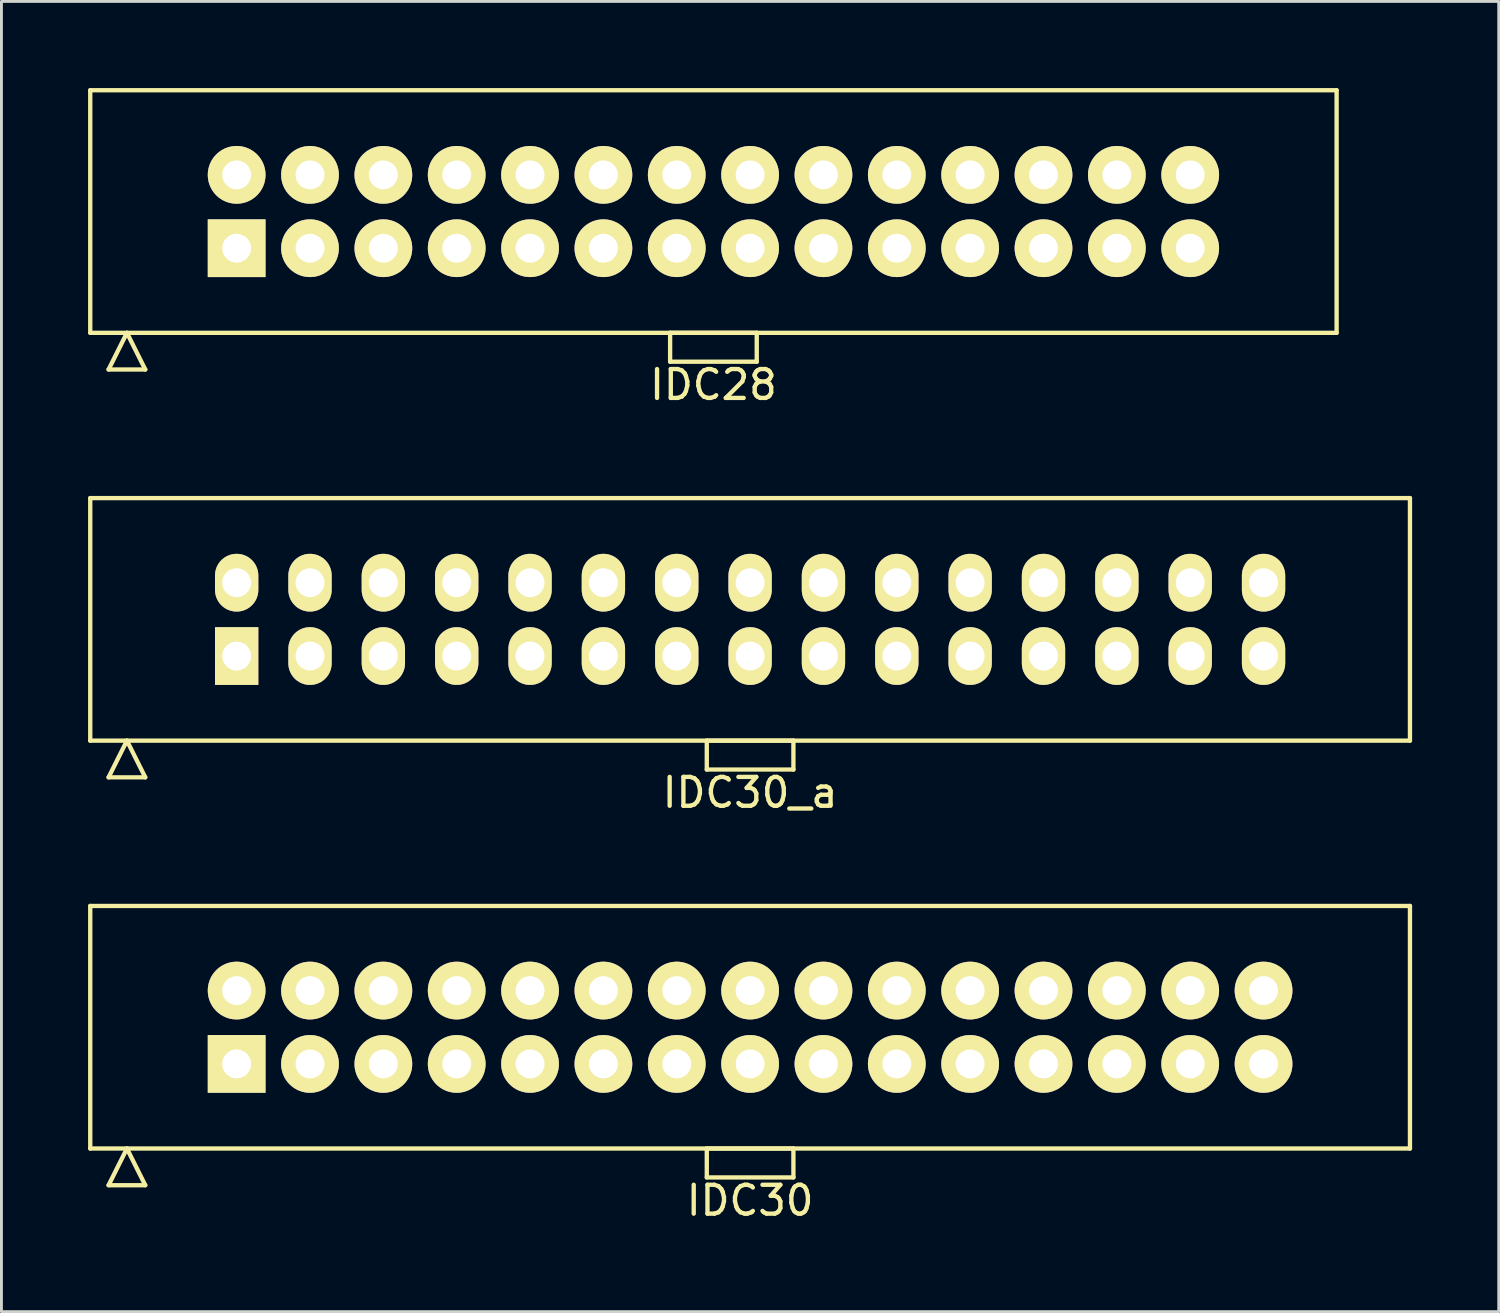
<source format=kicad_pcb>
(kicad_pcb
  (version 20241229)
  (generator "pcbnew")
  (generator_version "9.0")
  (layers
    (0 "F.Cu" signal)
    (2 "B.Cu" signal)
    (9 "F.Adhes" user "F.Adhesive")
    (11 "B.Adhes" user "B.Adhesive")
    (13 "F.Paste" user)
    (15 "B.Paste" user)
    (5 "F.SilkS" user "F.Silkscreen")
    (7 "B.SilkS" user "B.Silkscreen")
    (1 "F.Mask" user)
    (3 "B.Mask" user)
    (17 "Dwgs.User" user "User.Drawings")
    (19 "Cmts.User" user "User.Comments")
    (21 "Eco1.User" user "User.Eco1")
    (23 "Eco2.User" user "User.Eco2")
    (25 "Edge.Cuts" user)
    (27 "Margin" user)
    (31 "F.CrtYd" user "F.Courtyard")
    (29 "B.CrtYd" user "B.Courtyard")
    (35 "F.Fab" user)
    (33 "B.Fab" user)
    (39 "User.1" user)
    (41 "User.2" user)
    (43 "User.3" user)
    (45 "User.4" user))
  (footprint "IDC28"
    (layer "F.Cu")
    (at 21.655 4.275)
    (property "Reference" "IDC28" (at 0 6 0) (layer "F.SilkS") (effects (font (size 1 1) (thickness 0.15))))
    (attr through_hole)
    (fp_line (start -21.58 -4.2) (end -21.58 4.2) (stroke (width 0.15) (type solid)) (layer "F.SilkS"))
    (fp_line (start -21.58 4.2) (end 21.58 4.2) (stroke (width 0.15) (type solid)) (layer "F.SilkS"))
    (fp_line (start -20.945 5.47) (end -20.31 4.2) (stroke (width 0.15) (type solid)) (layer "F.SilkS"))
    (fp_line (start -20.945 5.47) (end -19.675 5.47) (stroke (width 0.15) (type solid)) (layer "F.SilkS"))
    (fp_line (start -19.675 5.47) (end -20.31 4.2) (stroke (width 0.15) (type solid)) (layer "F.SilkS"))
    (fp_line (start -1.5 4.2) (end -1.5 5.2) (stroke (width 0.15) (type solid)) (layer "F.SilkS"))
    (fp_line (start -1.5 5.2) (end 1.5 5.2) (stroke (width 0.15) (type solid)) (layer "F.SilkS"))
    (fp_line (start 1.5 4.2) (end -1.5 4.2) (stroke (width 0.15) (type solid)) (layer "F.SilkS"))
    (fp_line (start 1.5 5.2) (end 1.5 4.2) (stroke (width 0.15) (type solid)) (layer "F.SilkS"))
    (fp_line (start 21.58 -4.2) (end -21.58 -4.2) (stroke (width 0.15) (type solid)) (layer "F.SilkS"))
    (fp_line (start 21.58 4.2) (end 21.58 -4.2) (stroke (width 0.15) (type solid)) (layer "F.SilkS"))
    (pad "1" thru_hole rect (at -16.51 1.27) (size 2 2) (drill 1) (layers "*.Cu" "*.Mask" "F.SilkS"))
    (pad "2" thru_hole oval (at -16.51 -1.27) (size 2 2) (drill 1) (layers "*.Cu" "*.Mask" "F.SilkS"))
    (pad "3" thru_hole oval (at -13.97 1.27) (size 2 2) (drill 1) (layers "*.Cu" "*.Mask" "F.SilkS"))
    (pad "4" thru_hole oval (at -13.97 -1.27) (size 2 2) (drill 1) (layers "*.Cu" "*.Mask" "F.SilkS"))
    (pad "5" thru_hole oval (at -11.43 1.27) (size 2 2) (drill 1) (layers "*.Cu" "*.Mask" "F.SilkS"))
    (pad "6" thru_hole oval (at -11.43 -1.27) (size 2 2) (drill 1) (layers "*.Cu" "*.Mask" "F.SilkS"))
    (pad "7" thru_hole oval (at -8.89 1.27) (size 2 2) (drill 1) (layers "*.Cu" "*.Mask" "F.SilkS"))
    (pad "8" thru_hole oval (at -8.89 -1.27) (size 2 2) (drill 1) (layers "*.Cu" "*.Mask" "F.SilkS"))
    (pad "9" thru_hole oval (at -6.35 1.27) (size 2 2) (drill 1) (layers "*.Cu" "*.Mask" "F.SilkS"))
    (pad "10" thru_hole oval (at -6.35 -1.27) (size 2 2) (drill 1) (layers "*.Cu" "*.Mask" "F.SilkS"))
    (pad "11" thru_hole oval (at -3.81 1.27) (size 2 2) (drill 1) (layers "*.Cu" "*.Mask" "F.SilkS"))
    (pad "12" thru_hole oval (at -3.81 -1.27) (size 2 2) (drill 1) (layers "*.Cu" "*.Mask" "F.SilkS"))
    (pad "13" thru_hole oval (at -1.27 1.27) (size 2 2) (drill 1) (layers "*.Cu" "*.Mask" "F.SilkS"))
    (pad "14" thru_hole oval (at -1.27 -1.27) (size 2 2) (drill 1) (layers "*.Cu" "*.Mask" "F.SilkS"))
    (pad "15" thru_hole oval (at 1.27 1.27) (size 2 2) (drill 1) (layers "*.Cu" "*.Mask" "F.SilkS"))
    (pad "16" thru_hole oval (at 1.27 -1.27) (size 2 2) (drill 1) (layers "*.Cu" "*.Mask" "F.SilkS"))
    (pad "17" thru_hole oval (at 3.81 1.27) (size 2 2) (drill 1) (layers "*.Cu" "*.Mask" "F.SilkS"))
    (pad "18" thru_hole oval (at 3.81 -1.27) (size 2 2) (drill 1) (layers "*.Cu" "*.Mask" "F.SilkS"))
    (pad "19" thru_hole oval (at 6.35 1.27) (size 2 2) (drill 1) (layers "*.Cu" "*.Mask" "F.SilkS"))
    (pad "20" thru_hole oval (at 6.35 -1.27) (size 2 2) (drill 1) (layers "*.Cu" "*.Mask" "F.SilkS"))
    (pad "21" thru_hole oval (at 8.89 1.27) (size 2 2) (drill 1) (layers "*.Cu" "*.Mask" "F.SilkS"))
    (pad "22" thru_hole oval (at 8.89 -1.27) (size 2 2) (drill 1) (layers "*.Cu" "*.Mask" "F.SilkS"))
    (pad "23" thru_hole oval (at 11.43 1.27) (size 2 2) (drill 1) (layers "*.Cu" "*.Mask" "F.SilkS"))
    (pad "24" thru_hole oval (at 11.43 -1.27) (size 2 2) (drill 1) (layers "*.Cu" "*.Mask" "F.SilkS"))
    (pad "25" thru_hole oval (at 13.97 1.27) (size 2 2) (drill 1) (layers "*.Cu" "*.Mask" "F.SilkS"))
    (pad "26" thru_hole oval (at 13.97 -1.27) (size 2 2) (drill 1) (layers "*.Cu" "*.Mask" "F.SilkS"))
    (pad "27" thru_hole oval (at 16.51 1.27) (size 2 2) (drill 1) (layers "*.Cu" "*.Mask" "F.SilkS"))
    (pad "28" thru_hole oval (at 16.51 -1.27) (size 2 2) (drill 1) (layers "*.Cu" "*.Mask" "F.SilkS")))
  (footprint "IDC30_a"
    (layer "F.Cu")
    (at 22.925 18.398)
    (property "Reference" "IDC30_a" (at 0 6 0) (layer "F.SilkS") (effects (font (size 1 1) (thickness 0.15))))
    (attr through_hole)
    (fp_line (start -22.85 -4.2) (end -22.85 4.2) (stroke (width 0.15) (type solid)) (layer "F.SilkS"))
    (fp_line (start -22.85 4.2) (end 22.85 4.2) (stroke (width 0.15) (type solid)) (layer "F.SilkS"))
    (fp_line (start -22.215 5.47) (end -21.58 4.2) (stroke (width 0.15) (type solid)) (layer "F.SilkS"))
    (fp_line (start -22.215 5.47) (end -20.945 5.47) (stroke (width 0.15) (type solid)) (layer "F.SilkS"))
    (fp_line (start -20.945 5.47) (end -21.58 4.2) (stroke (width 0.15) (type solid)) (layer "F.SilkS"))
    (fp_line (start -1.5 4.2) (end -1.5 5.2) (stroke (width 0.15) (type solid)) (layer "F.SilkS"))
    (fp_line (start -1.5 5.2) (end 1.5 5.2) (stroke (width 0.15) (type solid)) (layer "F.SilkS"))
    (fp_line (start 1.5 4.2) (end -1.5 4.2) (stroke (width 0.15) (type solid)) (layer "F.SilkS"))
    (fp_line (start 1.5 5.2) (end 1.5 4.2) (stroke (width 0.15) (type solid)) (layer "F.SilkS"))
    (fp_line (start 22.85 -4.2) (end -22.85 -4.2) (stroke (width 0.15) (type solid)) (layer "F.SilkS"))
    (fp_line (start 22.85 4.2) (end 22.85 -4.2) (stroke (width 0.15) (type solid)) (layer "F.SilkS"))
    (pad "1" thru_hole rect (at -17.78 1.27) (size 1.5 2) (drill 1) (layers "*.Cu" "*.Mask" "F.SilkS"))
    (pad "2" thru_hole oval (at -17.78 -1.27) (size 1.5 2) (drill 1) (layers "*.Cu" "*.Mask" "F.SilkS"))
    (pad "3" thru_hole oval (at -15.24 1.27) (size 1.5 2) (drill 1) (layers "*.Cu" "*.Mask" "F.SilkS"))
    (pad "4" thru_hole oval (at -15.24 -1.27) (size 1.5 2) (drill 1) (layers "*.Cu" "*.Mask" "F.SilkS"))
    (pad "5" thru_hole oval (at -12.7 1.27) (size 1.5 2) (drill 1) (layers "*.Cu" "*.Mask" "F.SilkS"))
    (pad "6" thru_hole oval (at -12.7 -1.27) (size 1.5 2) (drill 1) (layers "*.Cu" "*.Mask" "F.SilkS"))
    (pad "7" thru_hole oval (at -10.16 1.27) (size 1.5 2) (drill 1) (layers "*.Cu" "*.Mask" "F.SilkS"))
    (pad "8" thru_hole oval (at -10.16 -1.27) (size 1.5 2) (drill 1) (layers "*.Cu" "*.Mask" "F.SilkS"))
    (pad "9" thru_hole oval (at -7.62 1.27) (size 1.5 2) (drill 1) (layers "*.Cu" "*.Mask" "F.SilkS"))
    (pad "10" thru_hole oval (at -7.62 -1.27) (size 1.5 2) (drill 1) (layers "*.Cu" "*.Mask" "F.SilkS"))
    (pad "11" thru_hole oval (at -5.08 1.27) (size 1.5 2) (drill 1) (layers "*.Cu" "*.Mask" "F.SilkS"))
    (pad "12" thru_hole oval (at -5.08 -1.27) (size 1.5 2) (drill 1) (layers "*.Cu" "*.Mask" "F.SilkS"))
    (pad "13" thru_hole oval (at -2.54 1.27) (size 1.5 2) (drill 1) (layers "*.Cu" "*.Mask" "F.SilkS"))
    (pad "14" thru_hole oval (at -2.54 -1.27) (size 1.5 2) (drill 1) (layers "*.Cu" "*.Mask" "F.SilkS"))
    (pad "15" thru_hole oval (at 0 1.27) (size 1.5 2) (drill 1) (layers "*.Cu" "*.Mask" "F.SilkS"))
    (pad "16" thru_hole oval (at 0 -1.27) (size 1.5 2) (drill 1) (layers "*.Cu" "*.Mask" "F.SilkS"))
    (pad "17" thru_hole oval (at 2.54 1.27) (size 1.5 2) (drill 1) (layers "*.Cu" "*.Mask" "F.SilkS"))
    (pad "18" thru_hole oval (at 2.54 -1.27) (size 1.5 2) (drill 1) (layers "*.Cu" "*.Mask" "F.SilkS"))
    (pad "19" thru_hole oval (at 5.08 1.27) (size 1.5 2) (drill 1) (layers "*.Cu" "*.Mask" "F.SilkS"))
    (pad "20" thru_hole oval (at 5.08 -1.27) (size 1.5 2) (drill 1) (layers "*.Cu" "*.Mask" "F.SilkS"))
    (pad "21" thru_hole oval (at 7.62 1.27) (size 1.5 2) (drill 1) (layers "*.Cu" "*.Mask" "F.SilkS"))
    (pad "22" thru_hole oval (at 7.62 -1.27) (size 1.5 2) (drill 1) (layers "*.Cu" "*.Mask" "F.SilkS"))
    (pad "23" thru_hole oval (at 10.16 1.27) (size 1.5 2) (drill 1) (layers "*.Cu" "*.Mask" "F.SilkS"))
    (pad "24" thru_hole oval (at 10.16 -1.27) (size 1.5 2) (drill 1) (layers "*.Cu" "*.Mask" "F.SilkS"))
    (pad "25" thru_hole oval (at 12.7 1.27) (size 1.5 2) (drill 1) (layers "*.Cu" "*.Mask" "F.SilkS"))
    (pad "26" thru_hole oval (at 12.7 -1.27) (size 1.5 2) (drill 1) (layers "*.Cu" "*.Mask" "F.SilkS"))
    (pad "27" thru_hole oval (at 15.24 1.27) (size 1.5 2) (drill 1) (layers "*.Cu" "*.Mask" "F.SilkS"))
    (pad "28" thru_hole oval (at 15.24 -1.27) (size 1.5 2) (drill 1) (layers "*.Cu" "*.Mask" "F.SilkS"))
    (pad "29" thru_hole oval (at 17.78 1.27) (size 1.5 2) (drill 1) (layers "*.Cu" "*.Mask" "F.SilkS"))
    (pad "30" thru_hole oval (at 17.78 -1.27) (size 1.5 2) (drill 1) (layers "*.Cu" "*.Mask" "F.SilkS")))
  (footprint "IDC30"
    (layer "F.Cu")
    (at 22.925 32.522)
    (property "Reference" "IDC30" (at 0 6 0) (layer "F.SilkS") (effects (font (size 1 1) (thickness 0.15))))
    (attr through_hole)
    (fp_line (start -22.85 -4.2) (end -22.85 4.2) (stroke (width 0.15) (type solid)) (layer "F.SilkS"))
    (fp_line (start -22.85 4.2) (end 22.85 4.2) (stroke (width 0.15) (type solid)) (layer "F.SilkS"))
    (fp_line (start -22.215 5.47) (end -21.58 4.2) (stroke (width 0.15) (type solid)) (layer "F.SilkS"))
    (fp_line (start -22.215 5.47) (end -20.945 5.47) (stroke (width 0.15) (type solid)) (layer "F.SilkS"))
    (fp_line (start -20.945 5.47) (end -21.58 4.2) (stroke (width 0.15) (type solid)) (layer "F.SilkS"))
    (fp_line (start -1.5 4.2) (end -1.5 5.2) (stroke (width 0.15) (type solid)) (layer "F.SilkS"))
    (fp_line (start -1.5 5.2) (end 1.5 5.2) (stroke (width 0.15) (type solid)) (layer "F.SilkS"))
    (fp_line (start 1.5 4.2) (end -1.5 4.2) (stroke (width 0.15) (type solid)) (layer "F.SilkS"))
    (fp_line (start 1.5 5.2) (end 1.5 4.2) (stroke (width 0.15) (type solid)) (layer "F.SilkS"))
    (fp_line (start 22.85 -4.2) (end -22.85 -4.2) (stroke (width 0.15) (type solid)) (layer "F.SilkS"))
    (fp_line (start 22.85 4.2) (end 22.85 -4.2) (stroke (width 0.15) (type solid)) (layer "F.SilkS"))
    (pad "1" thru_hole rect (at -17.78 1.27) (size 2 2) (drill 1) (layers "*.Cu" "*.Mask" "F.SilkS"))
    (pad "2" thru_hole oval (at -17.78 -1.27) (size 2 2) (drill 1) (layers "*.Cu" "*.Mask" "F.SilkS"))
    (pad "3" thru_hole oval (at -15.24 1.27) (size 2 2) (drill 1) (layers "*.Cu" "*.Mask" "F.SilkS"))
    (pad "4" thru_hole oval (at -15.24 -1.27) (size 2 2) (drill 1) (layers "*.Cu" "*.Mask" "F.SilkS"))
    (pad "5" thru_hole oval (at -12.7 1.27) (size 2 2) (drill 1) (layers "*.Cu" "*.Mask" "F.SilkS"))
    (pad "6" thru_hole oval (at -12.7 -1.27) (size 2 2) (drill 1) (layers "*.Cu" "*.Mask" "F.SilkS"))
    (pad "7" thru_hole oval (at -10.16 1.27) (size 2 2) (drill 1) (layers "*.Cu" "*.Mask" "F.SilkS"))
    (pad "8" thru_hole oval (at -10.16 -1.27) (size 2 2) (drill 1) (layers "*.Cu" "*.Mask" "F.SilkS"))
    (pad "9" thru_hole oval (at -7.62 1.27) (size 2 2) (drill 1) (layers "*.Cu" "*.Mask" "F.SilkS"))
    (pad "10" thru_hole oval (at -7.62 -1.27) (size 2 2) (drill 1) (layers "*.Cu" "*.Mask" "F.SilkS"))
    (pad "11" thru_hole oval (at -5.08 1.27) (size 2 2) (drill 1) (layers "*.Cu" "*.Mask" "F.SilkS"))
    (pad "12" thru_hole oval (at -5.08 -1.27) (size 2 2) (drill 1) (layers "*.Cu" "*.Mask" "F.SilkS"))
    (pad "13" thru_hole oval (at -2.54 1.27) (size 2 2) (drill 1) (layers "*.Cu" "*.Mask" "F.SilkS"))
    (pad "14" thru_hole oval (at -2.54 -1.27) (size 2 2) (drill 1) (layers "*.Cu" "*.Mask" "F.SilkS"))
    (pad "15" thru_hole oval (at 0 1.27) (size 2 2) (drill 1) (layers "*.Cu" "*.Mask" "F.SilkS"))
    (pad "16" thru_hole oval (at 0 -1.27) (size 2 2) (drill 1) (layers "*.Cu" "*.Mask" "F.SilkS"))
    (pad "17" thru_hole oval (at 2.54 1.27) (size 2 2) (drill 1) (layers "*.Cu" "*.Mask" "F.SilkS"))
    (pad "18" thru_hole oval (at 2.54 -1.27) (size 2 2) (drill 1) (layers "*.Cu" "*.Mask" "F.SilkS"))
    (pad "19" thru_hole oval (at 5.08 1.27) (size 2 2) (drill 1) (layers "*.Cu" "*.Mask" "F.SilkS"))
    (pad "20" thru_hole oval (at 5.08 -1.27) (size 2 2) (drill 1) (layers "*.Cu" "*.Mask" "F.SilkS"))
    (pad "21" thru_hole oval (at 7.62 1.27) (size 2 2) (drill 1) (layers "*.Cu" "*.Mask" "F.SilkS"))
    (pad "22" thru_hole oval (at 7.62 -1.27) (size 2 2) (drill 1) (layers "*.Cu" "*.Mask" "F.SilkS"))
    (pad "23" thru_hole oval (at 10.16 1.27) (size 2 2) (drill 1) (layers "*.Cu" "*.Mask" "F.SilkS"))
    (pad "24" thru_hole oval (at 10.16 -1.27) (size 2 2) (drill 1) (layers "*.Cu" "*.Mask" "F.SilkS"))
    (pad "25" thru_hole oval (at 12.7 1.27) (size 2 2) (drill 1) (layers "*.Cu" "*.Mask" "F.SilkS"))
    (pad "26" thru_hole oval (at 12.7 -1.27) (size 2 2) (drill 1) (layers "*.Cu" "*.Mask" "F.SilkS"))
    (pad "27" thru_hole oval (at 15.24 1.27) (size 2 2) (drill 1) (layers "*.Cu" "*.Mask" "F.SilkS"))
    (pad "28" thru_hole oval (at 15.24 -1.27) (size 2 2) (drill 1) (layers "*.Cu" "*.Mask" "F.SilkS"))
    (pad "29" thru_hole oval (at 17.78 1.27) (size 2 2) (drill 1) (layers "*.Cu" "*.Mask" "F.SilkS"))
    (pad "30" thru_hole oval (at 17.78 -1.27) (size 2 2) (drill 1) (layers "*.Cu" "*.Mask" "F.SilkS")))
  (gr_rect
    (start -3 -3)
    (end 48.85 42.37)
    (stroke (width 0.1) (type default))
    (fill no)
    (layer "Edge.Cuts")))
</source>
